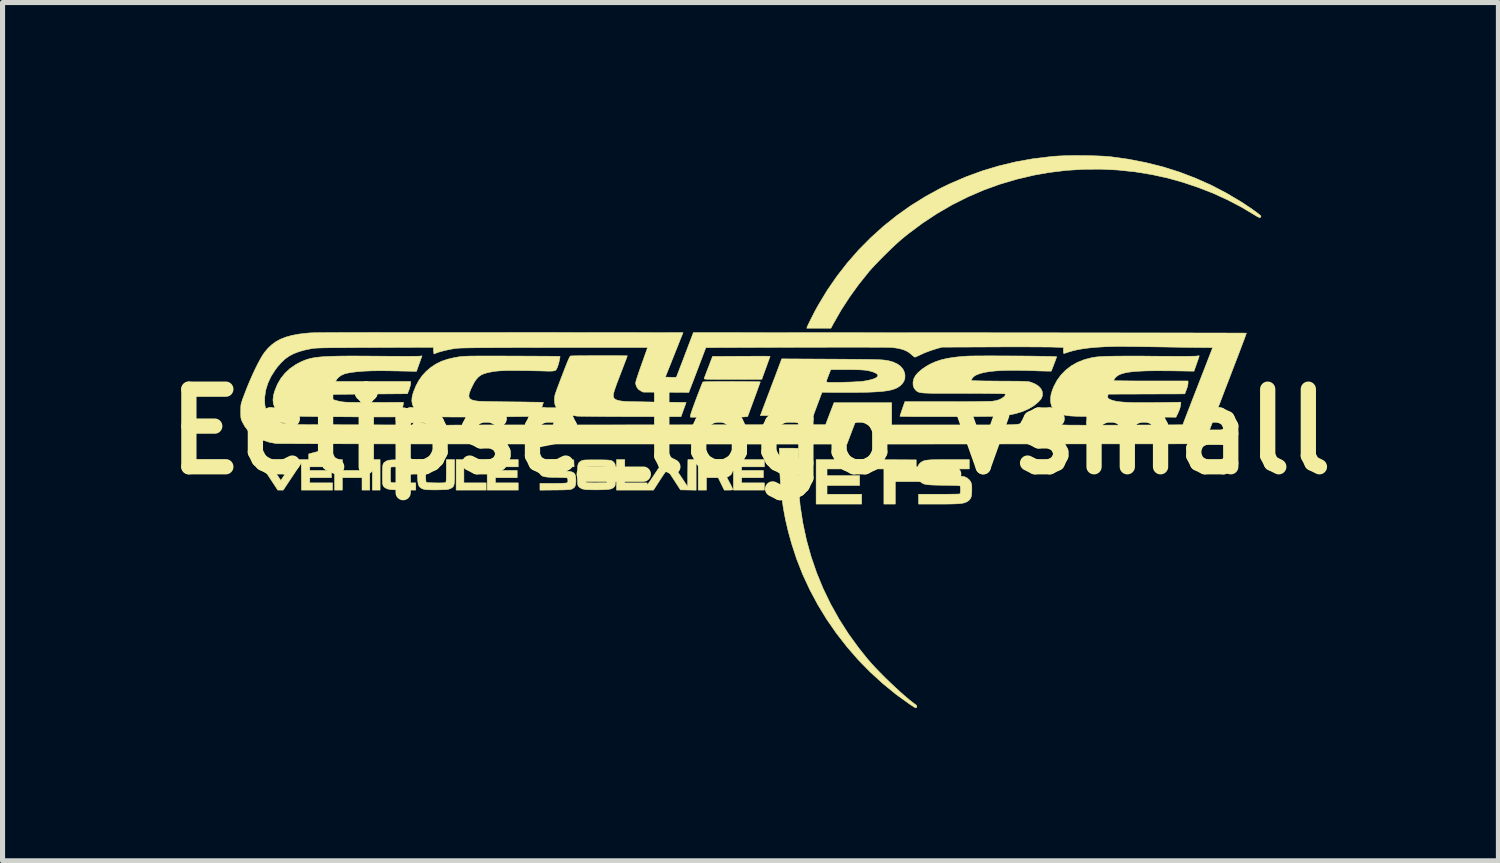
<source format=kicad_pcb>
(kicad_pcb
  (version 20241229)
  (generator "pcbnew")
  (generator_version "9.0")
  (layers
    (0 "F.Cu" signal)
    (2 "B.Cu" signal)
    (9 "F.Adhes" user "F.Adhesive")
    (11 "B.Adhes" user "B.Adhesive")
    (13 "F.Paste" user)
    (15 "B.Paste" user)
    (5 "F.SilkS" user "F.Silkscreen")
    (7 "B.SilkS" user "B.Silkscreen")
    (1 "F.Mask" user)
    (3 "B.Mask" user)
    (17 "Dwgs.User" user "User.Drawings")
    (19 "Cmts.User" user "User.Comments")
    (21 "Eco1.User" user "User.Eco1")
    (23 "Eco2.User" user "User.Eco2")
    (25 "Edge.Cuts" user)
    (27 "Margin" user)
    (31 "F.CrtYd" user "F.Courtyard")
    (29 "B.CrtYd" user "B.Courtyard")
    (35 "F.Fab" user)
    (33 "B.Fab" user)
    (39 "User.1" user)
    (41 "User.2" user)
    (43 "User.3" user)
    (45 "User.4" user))
  (footprint "Eclipse_logo_vsmall"
    (layer "F.Cu")
    (at 11.691 5.429)
    (property "Reference" "Eclipse_logo_vsmall" (at 0 0 0) (layer "F.SilkS") (effects (font (size 1.524 1.524) (thickness 0.3))))
    (attr through_hole)
    (fp_poly (pts (xy -7.275 1.148) (xy -7.427 1.148) (xy -7.427 0.549) (xy -7.275 0.549) (xy -7.275 1.148)) (stroke (width 0.01) (type solid)) (fill yes) (layer "F.SilkS"))
    (fp_poly (pts (xy -5.629 1.006) (xy -5.192 1.006) (xy -5.192 1.148) (xy -5.781 1.148) (xy -5.781 0.549) (xy -5.629 0.549) (xy -5.629 1.006)) (stroke (width 0.01) (type solid)) (fill yes) (layer "F.SilkS"))
    (fp_poly (pts (xy 2.731 0.551) (xy 3.256 0.554) (xy 3.256 0.726) (xy 2.845 0.732) (xy 2.845 1.422) (xy 2.621 1.422) (xy 2.621 0.732) (xy 2.205 0.732) (xy 2.205 0.548) (xy 2.731 0.551)) (stroke (width 0.01) (type solid)) (fill yes) (layer "F.SilkS"))
    (fp_poly (pts (xy -8.016 0.762) (xy -7.63 0.762) (xy -7.63 0.549) (xy -7.478 0.549) (xy -7.478 1.148) (xy -7.63 1.148) (xy -7.63 0.904) (xy -8.016 0.904) (xy -8.016 1.148) (xy -8.169 1.148) (xy -8.169 0.549) (xy -8.016 0.549) (xy -8.016 0.762)) (stroke (width 0.01) (type solid)) (fill yes) (layer "F.SilkS"))
    (fp_poly (pts (xy -4.562 0.691) (xy -5.009 0.691) (xy -5.009 0.762) (xy -4.582 0.762) (xy -4.582 0.904) (xy -5.009 0.904) (xy -5.009 1.006) (xy -4.562 1.006) (xy -4.562 1.148) (xy -5.171 1.148) (xy -5.171 0.549) (xy -4.562 0.549) (xy -4.562 0.691)) (stroke (width 0.01) (type solid)) (fill yes) (layer "F.SilkS"))
    (fp_poly (pts (xy 0.274 0.691) (xy -0.173 0.691) (xy -0.173 0.762) (xy 0.254 0.762) (xy 0.254 0.904) (xy -0.173 0.904) (xy -0.173 1.006) (xy 0.274 1.006) (xy 0.274 1.148) (xy -0.335 1.148) (xy -0.335 0.549) (xy 0.274 0.549) (xy 0.274 0.691)) (stroke (width 0.01) (type solid)) (fill yes) (layer "F.SilkS"))
    (fp_poly (pts (xy 2.184 0.732) (xy 1.504 0.732) (xy 1.504 0.864) (xy 2.144 0.864) (xy 2.144 1.057) (xy 1.504 1.057) (xy 1.504 1.229) (xy 2.184 1.229) (xy 2.184 1.422) (xy 1.29 1.422) (xy 1.29 0.549) (xy 2.184 0.549) (xy 2.184 0.732)) (stroke (width 0.01) (type solid)) (fill yes) (layer "F.SilkS"))
    (fp_poly (pts (xy -2.469 1.006) (xy -2.033 1.006) (xy -2.03 1.031) (xy -2.027 1.035) (xy -2.02 1.031) (xy -2.007 1.017) (xy -1.987 0.991) (xy -1.96 0.953) (xy -1.925 0.9) (xy -1.88 0.833) (xy -1.86 0.802) (xy -1.692 0.549) (xy -1.588 0.549) (xy -1.234 1.08) (xy -1.232 0.814) (xy -1.229 0.549) (xy -1.067 0.549) (xy -1.067 1.149) (xy -1.221 1.146) (xy -1.375 1.143) (xy -1.498 0.953) (xy -1.535 0.897) (xy -1.568 0.846) (xy -1.595 0.804) (xy -1.617 0.773) (xy -1.629 0.755) (xy -1.632 0.752) (xy -1.641 0.756) (xy -1.658 0.776) (xy -1.686 0.813) (xy -1.723 0.867) (xy -1.77 0.938) (xy -1.774 0.945) (xy -1.905 1.148) (xy -2.268 1.148) (xy -2.631 1.148) (xy -2.631 0.549) (xy -2.469 0.549) (xy -2.469 1.006)) (stroke (width 0.01) (type solid)) (fill yes) (layer "F.SilkS"))
    (fp_poly (pts (xy -0.265 -0.985) (xy -0.166 -0.985) (xy -0.076 -0.984) (xy 0.004 -0.984) (xy 0.073 -0.983) (xy 0.127 -0.982) (xy 0.167 -0.981) (xy 0.189 -0.979) (xy 0.193 -0.979) (xy 0.19 -0.968) (xy 0.18 -0.94) (xy 0.165 -0.898) (xy 0.145 -0.843) (xy 0.122 -0.778) (xy 0.095 -0.705) (xy 0.069 -0.634) (xy -0.055 -0.297) (xy -0.106 -0.291) (xy -0.126 -0.29) (xy -0.165 -0.288) (xy -0.219 -0.287) (xy -0.287 -0.287) (xy -0.367 -0.286) (xy -0.456 -0.285) (xy -0.552 -0.285) (xy -0.653 -0.285) (xy -0.668 -0.285) (xy -1.179 -0.284) (xy -1.179 -0.319) (xy -1.175 -0.335) (xy -1.165 -0.368) (xy -1.149 -0.415) (xy -1.129 -0.473) (xy -1.104 -0.54) (xy -1.077 -0.614) (xy -1.048 -0.691) (xy -1.018 -0.77) (xy -0.987 -0.849) (xy -0.958 -0.923) (xy -0.938 -0.973) (xy -0.932 -0.976) (xy -0.918 -0.978) (xy -0.894 -0.98) (xy -0.858 -0.982) (xy -0.809 -0.983) (xy -0.746 -0.984) (xy -0.667 -0.985) (xy -0.572 -0.985) (xy -0.458 -0.985) (xy -0.37 -0.986) (xy -0.265 -0.985)) (stroke (width 0.01) (type solid)) (fill yes) (layer "F.SilkS"))
    (fp_poly (pts (xy -0.739 0.551) (xy -0.654 0.552) (xy -0.586 0.553) (xy -0.534 0.554) (xy -0.494 0.556) (xy -0.465 0.559) (xy -0.445 0.562) (xy -0.43 0.567) (xy -0.419 0.572) (xy -0.387 0.594) (xy -0.366 0.622) (xy -0.355 0.659) (xy -0.351 0.711) (xy -0.351 0.723) (xy -0.354 0.778) (xy -0.365 0.818) (xy -0.386 0.848) (xy -0.42 0.873) (xy -0.429 0.878) (xy -0.465 0.898) (xy -0.405 1.011) (xy -0.382 1.055) (xy -0.364 1.093) (xy -0.351 1.121) (xy -0.345 1.136) (xy -0.345 1.136) (xy -0.355 1.143) (xy -0.383 1.147) (xy -0.43 1.148) (xy -0.514 1.148) (xy -0.574 1.026) (xy -0.634 0.904) (xy -0.864 0.904) (xy -0.864 1.148) (xy -1.026 1.148) (xy -1.026 0.691) (xy -0.864 0.691) (xy -0.864 0.772) (xy -0.709 0.772) (xy -0.653 0.772) (xy -0.603 0.77) (xy -0.563 0.769) (xy -0.537 0.767) (xy -0.531 0.766) (xy -0.514 0.757) (xy -0.508 0.737) (xy -0.508 0.725) (xy -0.508 0.691) (xy -0.864 0.691) (xy -1.026 0.691) (xy -1.026 0.547) (xy -0.739 0.551)) (stroke (width 0.01) (type solid)) (fill yes) (layer "F.SilkS"))
    (fp_poly (pts (xy 0.264 -1.482) (xy 0.32 -1.482) (xy 0.359 -1.481) (xy 0.382 -1.481) (xy 0.386 -1.48) (xy 0.383 -1.47) (xy 0.373 -1.444) (xy 0.359 -1.404) (xy 0.34 -1.353) (xy 0.319 -1.293) (xy 0.305 -1.255) (xy 0.282 -1.192) (xy 0.261 -1.135) (xy 0.244 -1.088) (xy 0.232 -1.053) (xy 0.225 -1.033) (xy 0.224 -1.029) (xy 0.214 -1.029) (xy 0.185 -1.028) (xy 0.14 -1.028) (xy 0.08 -1.027) (xy 0.007 -1.027) (xy -0.077 -1.027) (xy -0.17 -1.026) (xy -0.272 -1.026) (xy -0.346 -1.026) (xy -0.468 -1.026) (xy -0.571 -1.026) (xy -0.657 -1.027) (xy -0.728 -1.027) (xy -0.784 -1.028) (xy -0.828 -1.029) (xy -0.86 -1.03) (xy -0.883 -1.032) (xy -0.898 -1.034) (xy -0.906 -1.036) (xy -0.91 -1.039) (xy -0.91 -1.043) (xy -0.91 -1.044) (xy -0.905 -1.058) (xy -0.893 -1.089) (xy -0.877 -1.132) (xy -0.857 -1.185) (xy -0.834 -1.245) (xy -0.824 -1.27) (xy -0.745 -1.478) (xy -0.179 -1.481) (xy -0.074 -1.481) (xy 0.024 -1.482) (xy 0.115 -1.482) (xy 0.196 -1.482) (xy 0.264 -1.482)) (stroke (width 0.01) (type solid)) (fill yes) (layer "F.SilkS"))
    (fp_poly (pts (xy -6.574 0.692) (xy -6.811 0.69) (xy -6.879 0.69) (xy -6.94 0.69) (xy -6.992 0.691) (xy -7.031 0.692) (xy -7.055 0.694) (xy -7.06 0.695) (xy -7.065 0.709) (xy -7.069 0.742) (xy -7.071 0.794) (xy -7.071 0.848) (xy -7.071 0.906) (xy -7.07 0.947) (xy -7.068 0.974) (xy -7.064 0.99) (xy -7.058 0.998) (xy -7.055 1) (xy -7.041 1.001) (xy -7.009 1.003) (xy -6.963 1.004) (xy -6.907 1.005) (xy -6.842 1.006) (xy -6.806 1.006) (xy -6.574 1.006) (xy -6.574 1.148) (xy -6.8 1.146) (xy -6.869 1.145) (xy -6.934 1.144) (xy -6.992 1.142) (xy -7.039 1.14) (xy -7.07 1.138) (xy -7.077 1.137) (xy -7.14 1.122) (xy -7.187 1.095) (xy -7.21 1.07) (xy -7.216 1.058) (xy -7.221 1.043) (xy -7.225 1.023) (xy -7.227 0.993) (xy -7.228 0.952) (xy -7.229 0.895) (xy -7.229 0.848) (xy -7.229 0.774) (xy -7.227 0.717) (xy -7.224 0.674) (xy -7.217 0.643) (xy -7.207 0.62) (xy -7.192 0.604) (xy -7.172 0.589) (xy -7.15 0.577) (xy -7.136 0.57) (xy -7.121 0.565) (xy -7.103 0.561) (xy -7.079 0.558) (xy -7.046 0.555) (xy -7.001 0.554) (xy -6.943 0.552) (xy -6.868 0.551) (xy -6.84 0.551) (xy -6.574 0.546) (xy -6.574 0.692)) (stroke (width 0.01) (type solid)) (fill yes) (layer "F.SilkS"))
    (fp_poly (pts (xy -6.38 0.765) (xy -6.38 0.845) (xy -6.379 0.907) (xy -6.377 0.951) (xy -6.373 0.979) (xy -6.369 0.993) (xy -6.368 0.994) (xy -6.355 0.997) (xy -6.325 1.001) (xy -6.283 1.003) (xy -6.233 1.005) (xy -6.179 1.006) (xy -6.125 1.007) (xy -6.074 1.006) (xy -6.032 1.005) (xy -6.002 1.002) (xy -5.99 1) (xy -5.985 0.995) (xy -5.981 0.986) (xy -5.978 0.968) (xy -5.976 0.94) (xy -5.975 0.898) (xy -5.974 0.842) (xy -5.974 0.771) (xy -5.974 0.549) (xy -5.812 0.549) (xy -5.812 0.79) (xy -5.812 0.875) (xy -5.813 0.942) (xy -5.816 0.993) (xy -5.821 1.032) (xy -5.829 1.06) (xy -5.84 1.081) (xy -5.856 1.096) (xy -5.877 1.109) (xy -5.9 1.12) (xy -5.919 1.127) (xy -5.94 1.133) (xy -5.965 1.137) (xy -5.998 1.139) (xy -6.043 1.141) (xy -6.102 1.142) (xy -6.142 1.143) (xy -6.204 1.143) (xy -6.262 1.143) (xy -6.31 1.142) (xy -6.346 1.141) (xy -6.365 1.14) (xy -6.426 1.129) (xy -6.47 1.109) (xy -6.496 1.088) (xy -6.51 1.07) (xy -6.521 1.046) (xy -6.529 1.013) (xy -6.535 0.97) (xy -6.539 0.914) (xy -6.541 0.842) (xy -6.543 0.753) (xy -6.543 0.729) (xy -6.543 0.549) (xy -6.38 0.549) (xy -6.38 0.765)) (stroke (width 0.01) (type solid)) (fill yes) (layer "F.SilkS"))
    (fp_poly (pts (xy -8.355 0.365) (xy -8.353 0.389) (xy -8.352 0.424) (xy -8.352 0.425) (xy -8.352 0.495) (xy -8.404 0.509) (xy -8.434 0.519) (xy -8.455 0.53) (xy -8.461 0.536) (xy -8.458 0.541) (xy -8.443 0.545) (xy -8.413 0.548) (xy -8.367 0.549) (xy -8.337 0.549) (xy -8.209 0.549) (xy -8.209 0.691) (xy -8.656 0.691) (xy -8.656 0.762) (xy -8.23 0.762) (xy -8.23 0.904) (xy -8.656 0.904) (xy -8.656 1.006) (xy -8.209 1.006) (xy -8.209 1.148) (xy -8.819 1.148) (xy -8.821 0.882) (xy -8.824 0.617) (xy -9.001 0.882) (xy -9.178 1.148) (xy -9.284 1.148) (xy -9.476 0.857) (xy -9.521 0.788) (xy -9.562 0.725) (xy -9.599 0.668) (xy -9.63 0.622) (xy -9.653 0.586) (xy -9.667 0.564) (xy -9.671 0.557) (xy -9.663 0.553) (xy -9.639 0.55) (xy -9.604 0.549) (xy -9.584 0.549) (xy -9.494 0.549) (xy -9.362 0.752) (xy -9.325 0.809) (xy -9.291 0.859) (xy -9.263 0.902) (xy -9.242 0.933) (xy -9.229 0.951) (xy -9.225 0.955) (xy -9.218 0.947) (xy -9.202 0.924) (xy -9.179 0.889) (xy -9.148 0.843) (xy -9.114 0.79) (xy -9.089 0.752) (xy -8.958 0.549) (xy -8.677 0.549) (xy -8.677 0.438) (xy -8.639 0.427) (xy -8.577 0.411) (xy -8.517 0.395) (xy -8.463 0.381) (xy -8.416 0.369) (xy -8.382 0.361) (xy -8.362 0.356) (xy -8.359 0.356) (xy -8.355 0.365)) (stroke (width 0.01) (type solid)) (fill yes) (layer "F.SilkS"))
    (fp_poly (pts (xy 0.829 0.325) (xy 0.879 0.326) (xy 0.914 0.327) (xy 0.936 0.329) (xy 0.947 0.332) (xy 0.951 0.336) (xy 0.951 0.342) (xy 0.95 0.343) (xy 0.947 0.361) (xy 0.944 0.398) (xy 0.942 0.448) (xy 0.94 0.511) (xy 0.938 0.583) (xy 0.937 0.66) (xy 0.937 0.742) (xy 0.937 0.823) (xy 0.938 0.902) (xy 0.939 0.976) (xy 0.941 1.043) (xy 0.943 1.098) (xy 0.944 1.107) (xy 0.976 1.452) (xy 1.028 1.79) (xy 1.099 2.123) (xy 1.189 2.448) (xy 1.298 2.767) (xy 1.426 3.079) (xy 1.573 3.383) (xy 1.739 3.68) (xy 1.923 3.969) (xy 2.126 4.249) (xy 2.295 4.46) (xy 2.367 4.543) (xy 2.45 4.634) (xy 2.542 4.729) (xy 2.638 4.826) (xy 2.739 4.924) (xy 2.84 5.019) (xy 2.939 5.11) (xy 3.034 5.194) (xy 3.123 5.269) (xy 3.203 5.332) (xy 3.255 5.37) (xy 3.266 5.386) (xy 3.267 5.407) (xy 3.258 5.422) (xy 3.247 5.425) (xy 3.235 5.42) (xy 3.209 5.405) (xy 3.174 5.383) (xy 3.133 5.356) (xy 3.132 5.356) (xy 2.859 5.159) (xy 2.598 4.946) (xy 2.35 4.719) (xy 2.115 4.479) (xy 1.895 4.226) (xy 1.689 3.961) (xy 1.498 3.686) (xy 1.324 3.401) (xy 1.167 3.107) (xy 1.027 2.806) (xy 0.906 2.498) (xy 0.81 2.204) (xy 0.744 1.966) (xy 0.689 1.733) (xy 0.646 1.503) (xy 0.613 1.27) (xy 0.59 1.029) (xy 0.576 0.777) (xy 0.572 0.627) (xy 0.566 0.325) (xy 0.762 0.325) (xy 0.829 0.325)) (stroke (width 0.01) (type solid)) (fill yes) (layer "F.SilkS"))
    (fp_poly (pts (xy -3.464 0.691) (xy -3.712 0.691) (xy -3.782 0.691) (xy -3.845 0.692) (xy -3.9 0.693) (xy -3.942 0.694) (xy -3.969 0.696) (xy -3.977 0.697) (xy -3.989 0.711) (xy -3.993 0.731) (xy -3.991 0.749) (xy -3.982 0.758) (xy -3.959 0.764) (xy -3.946 0.766) (xy -3.92 0.768) (xy -3.878 0.77) (xy -3.825 0.771) (xy -3.765 0.772) (xy -3.725 0.772) (xy -3.639 0.774) (xy -3.571 0.778) (xy -3.52 0.787) (xy -3.482 0.802) (xy -3.456 0.825) (xy -3.44 0.855) (xy -3.432 0.896) (xy -3.429 0.948) (xy -3.429 0.96) (xy -3.431 1.016) (xy -3.439 1.057) (xy -3.453 1.087) (xy -3.477 1.109) (xy -3.503 1.124) (xy -3.516 1.13) (xy -3.532 1.134) (xy -3.552 1.138) (xy -3.581 1.14) (xy -3.62 1.142) (xy -3.671 1.144) (xy -3.737 1.145) (xy -3.821 1.146) (xy -3.838 1.146) (xy -4.135 1.149) (xy -4.135 1.016) (xy -3.899 1.016) (xy -3.829 1.016) (xy -3.764 1.015) (xy -3.708 1.014) (xy -3.663 1.012) (xy -3.633 1.01) (xy -3.625 1.009) (xy -3.601 1.004) (xy -3.59 0.995) (xy -3.587 0.975) (xy -3.586 0.959) (xy -3.589 0.931) (xy -3.595 0.912) (xy -3.598 0.909) (xy -3.611 0.906) (xy -3.641 0.904) (xy -3.685 0.902) (xy -3.74 0.901) (xy -3.801 0.899) (xy -3.809 0.899) (xy -3.893 0.898) (xy -3.959 0.895) (xy -4.01 0.89) (xy -4.049 0.884) (xy -4.078 0.875) (xy -4.101 0.863) (xy -4.113 0.853) (xy -4.137 0.824) (xy -4.15 0.788) (xy -4.155 0.739) (xy -4.155 0.725) (xy -4.15 0.667) (xy -4.133 0.624) (xy -4.102 0.592) (xy -4.076 0.577) (xy -4.061 0.57) (xy -4.046 0.565) (xy -4.029 0.561) (xy -4.007 0.558) (xy -3.977 0.556) (xy -3.937 0.555) (xy -3.884 0.554) (xy -3.815 0.554) (xy -3.749 0.554) (xy -3.47 0.554) (xy -3.464 0.691)) (stroke (width 0.01) (type solid)) (fill yes) (layer "F.SilkS"))
    (fp_poly (pts (xy -2.781 -1.493) (xy -2.697 -1.493) (xy -2.62 -1.493) (xy -2.552 -1.492) (xy -2.496 -1.491) (xy -2.453 -1.491) (xy -2.426 -1.49) (xy -2.418 -1.489) (xy -2.422 -1.479) (xy -2.432 -1.451) (xy -2.447 -1.41) (xy -2.468 -1.355) (xy -2.493 -1.29) (xy -2.521 -1.217) (xy -2.552 -1.137) (xy -2.555 -1.129) (xy -2.594 -1.027) (xy -2.626 -0.943) (xy -2.651 -0.873) (xy -2.67 -0.817) (xy -2.683 -0.773) (xy -2.691 -0.737) (xy -2.694 -0.71) (xy -2.692 -0.688) (xy -2.687 -0.671) (xy -2.678 -0.655) (xy -2.677 -0.653) (xy -2.651 -0.632) (xy -2.606 -0.615) (xy -2.543 -0.602) (xy -2.462 -0.594) (xy -2.438 -0.593) (xy -2.405 -0.592) (xy -2.354 -0.59) (xy -2.287 -0.589) (xy -2.208 -0.587) (xy -2.118 -0.586) (xy -2.021 -0.584) (xy -1.917 -0.582) (xy -1.811 -0.581) (xy -1.792 -0.581) (xy -1.263 -0.574) (xy -1.364 -0.295) (xy -2.351 -0.296) (xy -2.493 -0.296) (xy -2.63 -0.297) (xy -2.761 -0.297) (xy -2.884 -0.298) (xy -2.999 -0.299) (xy -3.103 -0.3) (xy -3.195 -0.301) (xy -3.273 -0.302) (xy -3.335 -0.303) (xy -3.381 -0.304) (xy -3.409 -0.305) (xy -3.414 -0.306) (xy -3.527 -0.323) (xy -3.624 -0.348) (xy -3.705 -0.382) (xy -3.768 -0.424) (xy -3.813 -0.473) (xy -3.839 -0.527) (xy -3.848 -0.577) (xy -3.85 -0.637) (xy -3.844 -0.697) (xy -3.84 -0.72) (xy -3.834 -0.74) (xy -3.822 -0.776) (xy -3.804 -0.826) (xy -3.781 -0.888) (xy -3.754 -0.959) (xy -3.725 -1.037) (xy -3.693 -1.119) (xy -3.692 -1.123) (xy -3.655 -1.218) (xy -3.625 -1.295) (xy -3.601 -1.356) (xy -3.581 -1.403) (xy -3.565 -1.438) (xy -3.553 -1.462) (xy -3.544 -1.478) (xy -3.536 -1.486) (xy -3.532 -1.487) (xy -3.518 -1.488) (xy -3.487 -1.489) (xy -3.44 -1.49) (xy -3.38 -1.491) (xy -3.309 -1.492) (xy -3.23 -1.492) (xy -3.144 -1.493) (xy -3.054 -1.493) (xy -2.962 -1.493) (xy -2.87 -1.493) (xy -2.781 -1.493)) (stroke (width 0.01) (type solid)) (fill yes) (layer "F.SilkS"))
    (fp_poly (pts (xy -2.936 0.554) (xy -2.868 0.555) (xy -2.814 0.557) (xy -2.774 0.56) (xy -2.743 0.565) (xy -2.72 0.573) (xy -2.703 0.584) (xy -2.688 0.598) (xy -2.673 0.616) (xy -2.673 0.616) (xy -2.666 0.626) (xy -2.66 0.638) (xy -2.657 0.655) (xy -2.654 0.679) (xy -2.653 0.714) (xy -2.652 0.763) (xy -2.652 0.828) (xy -2.652 0.848) (xy -2.652 0.919) (xy -2.652 0.971) (xy -2.654 1.01) (xy -2.656 1.037) (xy -2.659 1.055) (xy -2.664 1.068) (xy -2.671 1.078) (xy -2.672 1.079) (xy -2.69 1.098) (xy -2.711 1.113) (xy -2.738 1.124) (xy -2.775 1.132) (xy -2.823 1.137) (xy -2.886 1.14) (xy -2.966 1.142) (xy -2.982 1.142) (xy -3.048 1.143) (xy -3.112 1.142) (xy -3.168 1.141) (xy -3.212 1.14) (xy -3.24 1.138) (xy -3.241 1.138) (xy -3.305 1.124) (xy -3.353 1.099) (xy -3.381 1.07) (xy -3.387 1.057) (xy -3.392 1.041) (xy -3.395 1.018) (xy -3.397 0.984) (xy -3.398 0.938) (xy -3.399 0.874) (xy -3.399 0.854) (xy -3.398 0.823) (xy -3.242 0.823) (xy -3.242 0.872) (xy -3.24 0.918) (xy -3.237 0.957) (xy -3.233 0.984) (xy -3.229 0.994) (xy -3.218 0.998) (xy -3.194 1.002) (xy -3.157 1.003) (xy -3.103 1.004) (xy -3.031 1.004) (xy -3.018 1.004) (xy -2.819 1.001) (xy -2.817 0.847) (xy -2.814 0.694) (xy -2.893 0.689) (xy -2.943 0.686) (xy -2.998 0.685) (xy -3.056 0.685) (xy -3.111 0.685) (xy -3.16 0.687) (xy -3.198 0.689) (xy -3.223 0.692) (xy -3.228 0.694) (xy -3.234 0.707) (xy -3.238 0.736) (xy -3.24 0.776) (xy -3.242 0.823) (xy -3.398 0.823) (xy -3.398 0.778) (xy -3.396 0.719) (xy -3.393 0.675) (xy -3.386 0.642) (xy -3.376 0.619) (xy -3.362 0.601) (xy -3.343 0.587) (xy -3.329 0.578) (xy -3.316 0.571) (xy -3.303 0.565) (xy -3.287 0.561) (xy -3.267 0.558) (xy -3.238 0.556) (xy -3.199 0.555) (xy -3.148 0.554) (xy -3.08 0.554) (xy -3.023 0.554) (xy -2.936 0.554)) (stroke (width 0.01) (type solid)) (fill yes) (layer "F.SilkS"))
    (fp_poly (pts (xy 6.514 -5.423) (xy 6.634 -5.422) (xy 6.75 -5.419) (xy 6.859 -5.415) (xy 6.956 -5.41) (xy 7.039 -5.404) (xy 7.071 -5.401) (xy 7.424 -5.352) (xy 7.767 -5.285) (xy 8.1 -5.202) (xy 8.424 -5.1) (xy 8.739 -4.98) (xy 9.047 -4.843) (xy 9.348 -4.686) (xy 9.622 -4.524) (xy 9.686 -4.483) (xy 9.75 -4.44) (xy 9.813 -4.398) (xy 9.872 -4.357) (xy 9.925 -4.319) (xy 9.969 -4.286) (xy 10.002 -4.259) (xy 10.023 -4.24) (xy 10.028 -4.232) (xy 10.021 -4.215) (xy 10.014 -4.207) (xy 10.004 -4.205) (xy 9.988 -4.209) (xy 9.962 -4.222) (xy 9.924 -4.244) (xy 9.888 -4.266) (xy 9.634 -4.417) (xy 9.364 -4.557) (xy 9.083 -4.685) (xy 8.792 -4.798) (xy 8.495 -4.898) (xy 8.195 -4.982) (xy 7.894 -5.048) (xy 7.56 -5.103) (xy 7.221 -5.139) (xy 6.881 -5.156) (xy 6.541 -5.153) (xy 6.202 -5.132) (xy 5.868 -5.091) (xy 5.568 -5.038) (xy 5.229 -4.958) (xy 4.898 -4.86) (xy 4.577 -4.744) (xy 4.265 -4.609) (xy 3.961 -4.456) (xy 3.666 -4.285) (xy 3.378 -4.095) (xy 3.098 -3.886) (xy 2.972 -3.784) (xy 2.914 -3.733) (xy 2.845 -3.671) (xy 2.769 -3.599) (xy 2.689 -3.521) (xy 2.608 -3.441) (xy 2.529 -3.361) (xy 2.455 -3.284) (xy 2.39 -3.214) (xy 2.335 -3.153) (xy 2.324 -3.139) (xy 2.128 -2.895) (xy 1.947 -2.644) (xy 1.783 -2.392) (xy 1.638 -2.138) (xy 1.636 -2.136) (xy 1.581 -2.032) (xy 1.106 -2.032) (xy 1.113 -2.055) (xy 1.122 -2.077) (xy 1.139 -2.113) (xy 1.162 -2.16) (xy 1.19 -2.216) (xy 1.221 -2.277) (xy 1.253 -2.34) (xy 1.285 -2.4) (xy 1.316 -2.457) (xy 1.334 -2.489) (xy 1.509 -2.778) (xy 1.7 -3.055) (xy 1.907 -3.32) (xy 2.128 -3.572) (xy 2.365 -3.811) (xy 2.614 -4.036) (xy 2.877 -4.246) (xy 3.152 -4.441) (xy 3.438 -4.619) (xy 3.734 -4.781) (xy 3.912 -4.867) (xy 4.23 -5.004) (xy 4.552 -5.122) (xy 4.879 -5.22) (xy 5.212 -5.3) (xy 5.552 -5.361) (xy 5.9 -5.403) (xy 5.99 -5.411) (xy 6.073 -5.416) (xy 6.17 -5.42) (xy 6.278 -5.423) (xy 6.394 -5.424) (xy 6.514 -5.423)) (stroke (width 0.01) (type solid)) (fill yes) (layer "F.SilkS"))
    (fp_poly (pts (xy 1.381 -1.426) (xy 1.565 -1.425) (xy 1.73 -1.424) (xy 1.876 -1.423) (xy 2.006 -1.422) (xy 2.121 -1.421) (xy 2.221 -1.42) (xy 2.308 -1.419) (xy 2.382 -1.418) (xy 2.446 -1.416) (xy 2.501 -1.414) (xy 2.547 -1.412) (xy 2.585 -1.41) (xy 2.618 -1.407) (xy 2.646 -1.404) (xy 2.67 -1.401) (xy 2.691 -1.397) (xy 2.709 -1.394) (xy 2.807 -1.366) (xy 2.888 -1.328) (xy 2.952 -1.281) (xy 2.998 -1.224) (xy 3.027 -1.159) (xy 3.035 -1.117) (xy 3.034 -1.049) (xy 3.013 -0.987) (xy 2.974 -0.932) (xy 2.972 -0.931) (xy 2.941 -0.902) (xy 2.905 -0.876) (xy 2.865 -0.854) (xy 2.817 -0.835) (xy 2.762 -0.819) (xy 2.697 -0.805) (xy 2.621 -0.795) (xy 2.533 -0.786) (xy 2.432 -0.78) (xy 2.315 -0.775) (xy 2.182 -0.772) (xy 2.032 -0.771) (xy 1.884 -0.771) (xy 1.405 -0.772) (xy 1.32 -0.544) (xy 1.234 -0.315) (xy 0.714 -0.315) (xy 0.194 -0.315) (xy 0.223 -0.394) (xy 0.233 -0.42) (xy 0.249 -0.463) (xy 0.271 -0.52) (xy 0.297 -0.589) (xy 0.326 -0.667) (xy 0.358 -0.751) (xy 0.392 -0.84) (xy 0.406 -0.879) (xy 0.44 -0.968) (xy 0.445 -0.981) (xy 1.494 -0.981) (xy 1.499 -0.975) (xy 1.502 -0.973) (xy 1.518 -0.97) (xy 1.552 -0.968) (xy 1.601 -0.968) (xy 1.66 -0.968) (xy 1.729 -0.968) (xy 1.802 -0.97) (xy 1.879 -0.972) (xy 1.954 -0.974) (xy 2.027 -0.977) (xy 2.093 -0.981) (xy 2.15 -0.984) (xy 2.195 -0.988) (xy 2.211 -0.99) (xy 2.299 -1.005) (xy 2.372 -1.022) (xy 2.431 -1.041) (xy 2.473 -1.062) (xy 2.497 -1.084) (xy 2.503 -1.107) (xy 2.5 -1.117) (xy 2.479 -1.139) (xy 2.44 -1.16) (xy 2.389 -1.179) (xy 2.327 -1.195) (xy 2.281 -1.204) (xy 2.237 -1.209) (xy 2.182 -1.213) (xy 2.114 -1.216) (xy 2.032 -1.218) (xy 1.933 -1.219) (xy 1.879 -1.219) (xy 1.578 -1.219) (xy 1.531 -1.1) (xy 1.512 -1.05) (xy 1.5 -1.016) (xy 1.494 -0.994) (xy 1.494 -0.981) (xy 0.445 -0.981) (xy 0.473 -1.054) (xy 0.503 -1.134) (xy 0.53 -1.206) (xy 0.553 -1.267) (xy 0.571 -1.316) (xy 0.584 -1.348) (xy 0.587 -1.358) (xy 0.614 -1.43) (xy 1.381 -1.426)) (stroke (width 0.01) (type solid)) (fill yes) (layer "F.SilkS"))
    (fp_poly (pts (xy 4.298 0.732) (xy 3.929 0.733) (xy 3.844 0.733) (xy 3.763 0.734) (xy 3.691 0.735) (xy 3.629 0.736) (xy 3.579 0.738) (xy 3.546 0.739) (xy 3.531 0.74) (xy 3.511 0.747) (xy 3.502 0.759) (xy 3.498 0.783) (xy 3.497 0.791) (xy 3.497 0.821) (xy 3.502 0.843) (xy 3.505 0.847) (xy 3.519 0.851) (xy 3.553 0.855) (xy 3.607 0.858) (xy 3.681 0.861) (xy 3.775 0.863) (xy 3.838 0.865) (xy 3.938 0.867) (xy 4.023 0.869) (xy 4.093 0.873) (xy 4.147 0.876) (xy 4.183 0.88) (xy 4.197 0.882) (xy 4.258 0.911) (xy 4.305 0.953) (xy 4.326 0.985) (xy 4.336 1.009) (xy 4.343 1.033) (xy 4.347 1.063) (xy 4.348 1.105) (xy 4.348 1.143) (xy 4.346 1.213) (xy 4.339 1.266) (xy 4.325 1.307) (xy 4.303 1.338) (xy 4.273 1.364) (xy 4.27 1.366) (xy 4.248 1.379) (xy 4.225 1.39) (xy 4.197 1.399) (xy 4.164 1.406) (xy 4.124 1.412) (xy 4.074 1.416) (xy 4.012 1.419) (xy 3.936 1.421) (xy 3.845 1.422) (xy 3.736 1.422) (xy 3.696 1.422) (xy 3.302 1.422) (xy 3.302 1.229) (xy 3.697 1.229) (xy 3.786 1.229) (xy 3.868 1.229) (xy 3.942 1.228) (xy 4.005 1.227) (xy 4.055 1.226) (xy 4.09 1.225) (xy 4.108 1.223) (xy 4.109 1.223) (xy 4.118 1.215) (xy 4.123 1.197) (xy 4.125 1.165) (xy 4.125 1.142) (xy 4.124 1.103) (xy 4.122 1.08) (xy 4.117 1.068) (xy 4.107 1.063) (xy 4.102 1.062) (xy 4.086 1.06) (xy 4.053 1.059) (xy 4.005 1.057) (xy 3.945 1.056) (xy 3.876 1.054) (xy 3.8 1.053) (xy 3.78 1.053) (xy 3.681 1.051) (xy 3.601 1.049) (xy 3.536 1.046) (xy 3.484 1.042) (xy 3.443 1.036) (xy 3.411 1.028) (xy 3.385 1.017) (xy 3.362 1.003) (xy 3.341 0.986) (xy 3.333 0.98) (xy 3.302 0.943) (xy 3.282 0.899) (xy 3.273 0.844) (xy 3.274 0.775) (xy 3.281 0.713) (xy 3.295 0.666) (xy 3.319 0.63) (xy 3.346 0.605) (xy 3.365 0.592) (xy 3.385 0.581) (xy 3.408 0.572) (xy 3.436 0.565) (xy 3.471 0.559) (xy 3.516 0.555) (xy 3.571 0.552) (xy 3.639 0.55) (xy 3.723 0.549) (xy 3.824 0.549) (xy 3.898 0.549) (xy 4.298 0.549) (xy 4.298 0.732)) (stroke (width 0.01) (type solid)) (fill yes) (layer "F.SilkS"))
    (fp_poly (pts (xy -5.105 -1.486) (xy -4.984 -1.486) (xy -4.845 -1.486) (xy -4.688 -1.485) (xy -4.669 -1.485) (xy -4.533 -1.485) (xy -4.404 -1.484) (xy -4.282 -1.484) (xy -4.169 -1.483) (xy -4.066 -1.482) (xy -3.974 -1.482) (xy -3.896 -1.481) (xy -3.832 -1.481) (xy -3.784 -1.48) (xy -3.753 -1.479) (xy -3.741 -1.479) (xy -3.741 -1.479) (xy -3.741 -1.467) (xy -3.745 -1.441) (xy -3.753 -1.405) (xy -3.762 -1.364) (xy -3.773 -1.324) (xy -3.784 -1.29) (xy -3.791 -1.268) (xy -3.802 -1.244) (xy -3.811 -1.226) (xy -3.822 -1.211) (xy -3.837 -1.201) (xy -3.858 -1.194) (xy -3.888 -1.191) (xy -3.929 -1.189) (xy -3.984 -1.189) (xy -4.055 -1.191) (xy -4.122 -1.193) (xy -4.281 -1.196) (xy -4.421 -1.199) (xy -4.544 -1.2) (xy -4.651 -1.201) (xy -4.744 -1.201) (xy -4.825 -1.199) (xy -4.895 -1.196) (xy -4.955 -1.192) (xy -5.008 -1.187) (xy -5.054 -1.181) (xy -5.065 -1.179) (xy -5.155 -1.161) (xy -5.229 -1.14) (xy -5.289 -1.114) (xy -5.338 -1.079) (xy -5.381 -1.034) (xy -5.42 -0.978) (xy -5.453 -0.917) (xy -5.491 -0.838) (xy -5.517 -0.773) (xy -5.53 -0.722) (xy -5.529 -0.682) (xy -5.515 -0.652) (xy -5.486 -0.63) (xy -5.441 -0.614) (xy -5.382 -0.603) (xy -5.357 -0.6) (xy -5.33 -0.598) (xy -5.286 -0.596) (xy -5.225 -0.594) (xy -5.15 -0.592) (xy -5.064 -0.591) (xy -4.968 -0.589) (xy -4.864 -0.587) (xy -4.755 -0.586) (xy -4.669 -0.585) (xy -4.561 -0.584) (xy -4.459 -0.583) (xy -4.365 -0.581) (xy -4.28 -0.58) (xy -4.208 -0.579) (xy -4.148 -0.578) (xy -4.104 -0.577) (xy -4.076 -0.576) (xy -4.067 -0.576) (xy -4.07 -0.566) (xy -4.078 -0.54) (xy -4.09 -0.502) (xy -4.107 -0.456) (xy -4.114 -0.436) (xy -4.164 -0.3) (xy -4.726 -0.294) (xy -4.918 -0.292) (xy -5.102 -0.29) (xy -5.275 -0.289) (xy -5.437 -0.288) (xy -5.588 -0.288) (xy -5.725 -0.288) (xy -5.848 -0.288) (xy -5.955 -0.289) (xy -6.046 -0.29) (xy -6.12 -0.292) (xy -6.175 -0.294) (xy -6.203 -0.295) (xy -6.32 -0.31) (xy -6.419 -0.335) (xy -6.501 -0.37) (xy -6.565 -0.415) (xy -6.612 -0.471) (xy -6.641 -0.536) (xy -6.641 -0.537) (xy -6.652 -0.603) (xy -6.647 -0.677) (xy -6.626 -0.761) (xy -6.617 -0.786) (xy -6.568 -0.906) (xy -6.511 -1.01) (xy -6.445 -1.103) (xy -6.369 -1.185) (xy -6.277 -1.263) (xy -6.178 -1.329) (xy -6.07 -1.382) (xy -5.949 -1.423) (xy -5.813 -1.455) (xy -5.725 -1.47) (xy -5.701 -1.473) (xy -5.677 -1.476) (xy -5.651 -1.478) (xy -5.622 -1.48) (xy -5.588 -1.482) (xy -5.548 -1.483) (xy -5.501 -1.485) (xy -5.445 -1.485) (xy -5.379 -1.486) (xy -5.301 -1.486) (xy -5.21 -1.486) (xy -5.105 -1.486)) (stroke (width 0.01) (type solid)) (fill yes) (layer "F.SilkS"))
    (fp_poly (pts (xy 8.815 -1.49) (xy 8.813 -1.48) (xy 8.805 -1.454) (xy 8.792 -1.416) (xy 8.776 -1.369) (xy 8.765 -1.338) (xy 8.712 -1.188) (xy 8.255 -1.195) (xy 8.079 -1.196) (xy 7.922 -1.196) (xy 7.783 -1.194) (xy 7.661 -1.189) (xy 7.555 -1.183) (xy 7.464 -1.173) (xy 7.386 -1.161) (xy 7.321 -1.146) (xy 7.267 -1.128) (xy 7.224 -1.107) (xy 7.19 -1.082) (xy 7.163 -1.054) (xy 7.159 -1.049) (xy 7.143 -1.024) (xy 7.134 -1.007) (xy 7.132 -1.003) (xy 7.142 -1.002) (xy 7.171 -1) (xy 7.217 -0.999) (xy 7.278 -0.999) (xy 7.353 -0.998) (xy 7.44 -0.997) (xy 7.539 -0.996) (xy 7.646 -0.996) (xy 7.761 -0.996) (xy 7.864 -0.996) (xy 8.595 -0.996) (xy 8.595 -0.951) (xy 8.591 -0.916) (xy 8.579 -0.87) (xy 8.563 -0.824) (xy 8.531 -0.742) (xy 7.026 -0.737) (xy 7.02 -0.704) (xy 7.017 -0.677) (xy 7.023 -0.659) (xy 7.044 -0.644) (xy 7.058 -0.636) (xy 7.092 -0.621) (xy 7.132 -0.609) (xy 7.179 -0.598) (xy 7.236 -0.589) (xy 7.303 -0.582) (xy 7.381 -0.577) (xy 7.474 -0.573) (xy 7.581 -0.571) (xy 7.704 -0.571) (xy 7.845 -0.571) (xy 7.963 -0.572) (xy 8.453 -0.579) (xy 8.453 -0.551) (xy 8.447 -0.506) (xy 8.432 -0.449) (xy 8.408 -0.388) (xy 8.392 -0.353) (xy 8.358 -0.284) (xy 7.991 -0.287) (xy 7.913 -0.287) (xy 7.818 -0.288) (xy 7.709 -0.289) (xy 7.589 -0.289) (xy 7.461 -0.29) (xy 7.329 -0.291) (xy 7.195 -0.293) (xy 7.063 -0.294) (xy 6.955 -0.295) (xy 6.812 -0.296) (xy 6.688 -0.297) (xy 6.582 -0.299) (xy 6.49 -0.3) (xy 6.413 -0.302) (xy 6.348 -0.305) (xy 6.293 -0.308) (xy 6.248 -0.312) (xy 6.21 -0.317) (xy 6.177 -0.323) (xy 6.149 -0.33) (xy 6.123 -0.338) (xy 6.099 -0.348) (xy 6.073 -0.359) (xy 6.06 -0.365) (xy 5.995 -0.402) (xy 5.947 -0.445) (xy 5.916 -0.498) (xy 5.899 -0.563) (xy 5.895 -0.6) (xy 5.895 -0.666) (xy 5.905 -0.732) (xy 5.926 -0.804) (xy 5.958 -0.885) (xy 6.022 -1.007) (xy 6.101 -1.115) (xy 6.195 -1.211) (xy 6.303 -1.294) (xy 6.424 -1.362) (xy 6.558 -1.415) (xy 6.703 -1.453) (xy 6.731 -1.458) (xy 6.772 -1.464) (xy 6.822 -1.47) (xy 6.883 -1.474) (xy 6.955 -1.478) (xy 7.04 -1.481) (xy 7.138 -1.483) (xy 7.251 -1.484) (xy 7.379 -1.485) (xy 7.524 -1.485) (xy 7.687 -1.485) (xy 7.869 -1.483) (xy 7.991 -1.482) (xy 8.114 -1.481) (xy 8.231 -1.481) (xy 8.342 -1.48) (xy 8.443 -1.48) (xy 8.533 -1.48) (xy 8.611 -1.481) (xy 8.675 -1.482) (xy 8.723 -1.483) (xy 8.753 -1.484) (xy 8.762 -1.485) (xy 8.791 -1.489) (xy 8.811 -1.491) (xy 8.815 -1.49)) (stroke (width 0.01) (type solid)) (fill yes) (layer "F.SilkS"))
    (fp_poly (pts (xy -6.455 -1.48) (xy -6.464 -1.455) (xy -6.477 -1.417) (xy -6.494 -1.37) (xy -6.506 -1.337) (xy -6.56 -1.185) (xy -6.676 -1.187) (xy -6.718 -1.188) (xy -6.776 -1.189) (xy -6.846 -1.19) (xy -6.924 -1.192) (xy -7.006 -1.193) (xy -7.082 -1.195) (xy -7.266 -1.197) (xy -7.434 -1.195) (xy -7.585 -1.189) (xy -7.717 -1.179) (xy -7.83 -1.165) (xy -7.925 -1.148) (xy -7.969 -1.137) (xy -8.032 -1.11) (xy -8.086 -1.073) (xy -8.126 -1.029) (xy -8.134 -1.014) (xy -8.149 -0.986) (xy -6.675 -0.986) (xy -6.675 -0.946) (xy -6.679 -0.917) (xy -6.689 -0.878) (xy -6.702 -0.835) (xy -6.706 -0.825) (xy -6.737 -0.745) (xy -7.489 -0.739) (xy -7.611 -0.738) (xy -7.726 -0.737) (xy -7.834 -0.736) (xy -7.933 -0.735) (xy -8.021 -0.734) (xy -8.097 -0.733) (xy -8.159 -0.732) (xy -8.205 -0.732) (xy -8.234 -0.731) (xy -8.244 -0.73) (xy -8.248 -0.719) (xy -8.254 -0.696) (xy -8.255 -0.693) (xy -8.258 -0.674) (xy -8.254 -0.662) (xy -8.239 -0.651) (xy -8.21 -0.637) (xy -8.208 -0.635) (xy -8.172 -0.622) (xy -8.125 -0.608) (xy -8.075 -0.596) (xy -8.057 -0.592) (xy -8.034 -0.588) (xy -8.01 -0.585) (xy -7.983 -0.582) (xy -7.952 -0.58) (xy -7.913 -0.578) (xy -7.866 -0.577) (xy -7.809 -0.576) (xy -7.739 -0.575) (xy -7.655 -0.575) (xy -7.555 -0.575) (xy -7.438 -0.575) (xy -7.388 -0.575) (xy -6.815 -0.576) (xy -6.822 -0.526) (xy -6.836 -0.463) (xy -6.86 -0.394) (xy -6.891 -0.33) (xy -6.915 -0.29) (xy -7.28 -0.289) (xy -7.358 -0.289) (xy -7.453 -0.289) (xy -7.562 -0.29) (xy -7.682 -0.29) (xy -7.809 -0.291) (xy -7.942 -0.292) (xy -8.075 -0.293) (xy -8.207 -0.294) (xy -8.316 -0.295) (xy -8.454 -0.296) (xy -8.574 -0.297) (xy -8.677 -0.299) (xy -8.765 -0.3) (xy -8.839 -0.302) (xy -8.901 -0.304) (xy -8.953 -0.307) (xy -8.996 -0.31) (xy -9.032 -0.313) (xy -9.063 -0.318) (xy -9.091 -0.324) (xy -9.117 -0.33) (xy -9.142 -0.337) (xy -9.169 -0.346) (xy -9.169 -0.346) (xy -9.245 -0.38) (xy -9.304 -0.425) (xy -9.346 -0.48) (xy -9.371 -0.547) (xy -9.379 -0.624) (xy -9.37 -0.71) (xy -9.347 -0.793) (xy -9.294 -0.926) (xy -9.226 -1.044) (xy -9.143 -1.148) (xy -9.046 -1.239) (xy -8.934 -1.316) (xy -8.87 -1.351) (xy -8.827 -1.372) (xy -8.784 -1.391) (xy -8.742 -1.408) (xy -8.698 -1.423) (xy -8.651 -1.436) (xy -8.6 -1.447) (xy -8.543 -1.456) (xy -8.48 -1.464) (xy -8.409 -1.471) (xy -8.328 -1.476) (xy -8.237 -1.48) (xy -8.134 -1.483) (xy -8.019 -1.485) (xy -7.888 -1.486) (xy -7.742 -1.486) (xy -7.579 -1.485) (xy -7.398 -1.484) (xy -7.272 -1.483) (xy -7.15 -1.482) (xy -7.034 -1.481) (xy -6.925 -1.481) (xy -6.824 -1.48) (xy -6.734 -1.48) (xy -6.655 -1.481) (xy -6.59 -1.481) (xy -6.541 -1.482) (xy -6.509 -1.483) (xy -6.497 -1.483) (xy -6.47 -1.487) (xy -6.454 -1.489) (xy -6.452 -1.489) (xy -6.455 -1.48)) (stroke (width 0.01) (type solid)) (fill yes) (layer "F.SilkS"))
    (fp_poly (pts (xy 4.874 -1.488) (xy 4.989 -1.488) (xy 5.105 -1.487) (xy 5.222 -1.487) (xy 5.337 -1.486) (xy 5.448 -1.485) (xy 5.555 -1.484) (xy 5.655 -1.482) (xy 5.746 -1.481) (xy 5.827 -1.479) (xy 5.896 -1.478) (xy 5.95 -1.476) (xy 5.989 -1.474) (xy 6.011 -1.473) (xy 6.015 -1.471) (xy 6.011 -1.459) (xy 6.002 -1.432) (xy 5.987 -1.393) (xy 5.97 -1.346) (xy 5.962 -1.326) (xy 5.909 -1.189) (xy 5.852 -1.189) (xy 5.828 -1.189) (xy 5.787 -1.19) (xy 5.731 -1.191) (xy 5.663 -1.193) (xy 5.587 -1.196) (xy 5.505 -1.198) (xy 5.455 -1.2) (xy 5.267 -1.204) (xy 5.099 -1.204) (xy 4.948 -1.201) (xy 4.816 -1.193) (xy 4.7 -1.181) (xy 4.601 -1.165) (xy 4.517 -1.144) (xy 4.449 -1.119) (xy 4.412 -1.101) (xy 4.38 -1.076) (xy 4.354 -1.046) (xy 4.34 -1.017) (xy 4.338 -1.007) (xy 4.348 -1.004) (xy 4.379 -1.002) (xy 4.429 -1) (xy 4.498 -0.998) (xy 4.588 -0.996) (xy 4.696 -0.995) (xy 4.823 -0.994) (xy 4.895 -0.993) (xy 5.015 -0.993) (xy 5.117 -0.992) (xy 5.203 -0.991) (xy 5.273 -0.991) (xy 5.33 -0.989) (xy 5.376 -0.988) (xy 5.412 -0.986) (xy 5.44 -0.984) (xy 5.462 -0.982) (xy 5.48 -0.979) (xy 5.495 -0.975) (xy 5.51 -0.97) (xy 5.517 -0.968) (xy 5.597 -0.934) (xy 5.66 -0.893) (xy 5.704 -0.846) (xy 5.73 -0.793) (xy 5.737 -0.736) (xy 5.73 -0.691) (xy 5.719 -0.662) (xy 5.699 -0.631) (xy 5.666 -0.595) (xy 5.651 -0.58) (xy 5.564 -0.508) (xy 5.461 -0.447) (xy 5.342 -0.395) (xy 5.207 -0.354) (xy 5.058 -0.323) (xy 4.917 -0.305) (xy 4.891 -0.304) (xy 4.848 -0.302) (xy 4.788 -0.301) (xy 4.716 -0.3) (xy 4.631 -0.299) (xy 4.535 -0.298) (xy 4.431 -0.297) (xy 4.32 -0.296) (xy 4.203 -0.296) (xy 4.082 -0.295) (xy 3.96 -0.295) (xy 3.837 -0.295) (xy 3.715 -0.295) (xy 3.596 -0.295) (xy 3.482 -0.295) (xy 3.374 -0.295) (xy 3.275 -0.296) (xy 3.184 -0.296) (xy 3.106 -0.297) (xy 3.04 -0.298) (xy 2.989 -0.299) (xy 2.954 -0.3) (xy 2.937 -0.302) (xy 2.936 -0.302) (xy 2.939 -0.314) (xy 2.948 -0.341) (xy 2.961 -0.381) (xy 2.977 -0.429) (xy 2.984 -0.45) (xy 3.033 -0.589) (xy 3.856 -0.589) (xy 4.005 -0.589) (xy 4.145 -0.59) (xy 4.274 -0.59) (xy 4.391 -0.591) (xy 4.495 -0.592) (xy 4.584 -0.594) (xy 4.657 -0.595) (xy 4.713 -0.597) (xy 4.751 -0.598) (xy 4.765 -0.6) (xy 4.831 -0.611) (xy 4.886 -0.629) (xy 4.916 -0.643) (xy 4.958 -0.668) (xy 4.988 -0.693) (xy 5.005 -0.716) (xy 5.006 -0.734) (xy 4.999 -0.742) (xy 4.986 -0.744) (xy 4.954 -0.745) (xy 4.903 -0.747) (xy 4.835 -0.748) (xy 4.75 -0.749) (xy 4.65 -0.75) (xy 4.536 -0.751) (xy 4.408 -0.751) (xy 4.267 -0.752) (xy 4.185 -0.752) (xy 4.033 -0.752) (xy 3.899 -0.752) (xy 3.783 -0.752) (xy 3.683 -0.753) (xy 3.598 -0.753) (xy 3.526 -0.755) (xy 3.467 -0.757) (xy 3.418 -0.759) (xy 3.378 -0.762) (xy 3.347 -0.766) (xy 3.322 -0.771) (xy 3.302 -0.777) (xy 3.287 -0.784) (xy 3.273 -0.792) (xy 3.261 -0.801) (xy 3.249 -0.812) (xy 3.246 -0.814) (xy 3.213 -0.857) (xy 3.195 -0.911) (xy 3.193 -0.974) (xy 3.194 -0.977) (xy 3.209 -1.04) (xy 3.24 -1.099) (xy 3.289 -1.157) (xy 3.357 -1.216) (xy 3.373 -1.229) (xy 3.458 -1.287) (xy 3.547 -1.336) (xy 3.642 -1.377) (xy 3.746 -1.411) (xy 3.86 -1.438) (xy 3.988 -1.459) (xy 4.131 -1.475) (xy 4.242 -1.483) (xy 4.277 -1.485) (xy 4.328 -1.486) (xy 4.393 -1.487) (xy 4.471 -1.488) (xy 4.56 -1.488) (xy 4.658 -1.489) (xy 4.763 -1.489) (xy 4.874 -1.488)) (stroke (width 0.01) (type solid)) (fill yes) (layer "F.SilkS"))
    (fp_poly (pts (xy -5.893 -1.949) (xy -5.554 -1.949) (xy -5.196 -1.949) (xy -4.896 -1.949) (xy -1.324 -1.946) (xy -1.498 -1.509) (xy -1.672 -1.072) (xy -1.566 -1.069) (xy -1.522 -1.068) (xy -1.486 -1.068) (xy -1.463 -1.069) (xy -1.457 -1.07) (xy -1.452 -1.08) (xy -1.441 -1.107) (xy -1.425 -1.149) (xy -1.403 -1.205) (xy -1.378 -1.272) (xy -1.348 -1.348) (xy -1.316 -1.432) (xy -1.287 -1.51) (xy -1.121 -1.946) (xy 4.308 -1.943) (xy 4.64 -1.943) (xy 4.966 -1.942) (xy 5.286 -1.942) (xy 5.6 -1.942) (xy 5.908 -1.942) (xy 6.207 -1.941) (xy 6.499 -1.941) (xy 6.782 -1.941) (xy 7.056 -1.941) (xy 7.321 -1.94) (xy 7.574 -1.94) (xy 7.817 -1.94) (xy 8.048 -1.94) (xy 8.268 -1.939) (xy 8.474 -1.939) (xy 8.667 -1.939) (xy 8.846 -1.938) (xy 9.011 -1.938) (xy 9.16 -1.938) (xy 9.294 -1.938) (xy 9.411 -1.937) (xy 9.512 -1.937) (xy 9.595 -1.937) (xy 9.66 -1.937) (xy 9.707 -1.936) (xy 9.734 -1.936) (xy 9.741 -1.936) (xy 9.739 -1.926) (xy 9.729 -1.899) (xy 9.714 -1.856) (xy 9.693 -1.799) (xy 9.667 -1.731) (xy 9.637 -1.652) (xy 9.604 -1.564) (xy 9.568 -1.469) (xy 9.541 -1.4) (xy 9.495 -1.28) (xy 9.444 -1.146) (xy 9.389 -1.002) (xy 9.331 -0.853) (xy 9.274 -0.703) (xy 9.219 -0.558) (xy 9.166 -0.423) (xy 9.125 -0.315) (xy 8.913 0.239) (xy 5.721 0.241) (xy 2.53 0.244) (xy 2.53 -0.203) (xy 2.065 -0.203) (xy 1.98 0.02) (xy 1.895 0.244) (xy -3.678 0.242) (xy -4.031 0.242) (xy -4.377 0.242) (xy -4.716 0.242) (xy -5.048 0.242) (xy -5.371 0.242) (xy -5.685 0.241) (xy -5.991 0.241) (xy -6.286 0.241) (xy -6.571 0.241) (xy -6.845 0.24) (xy -7.108 0.24) (xy -7.359 0.24) (xy -7.597 0.239) (xy -7.822 0.239) (xy -8.034 0.238) (xy -8.232 0.238) (xy -8.415 0.237) (xy -8.583 0.237) (xy -8.735 0.236) (xy -8.871 0.236) (xy -8.99 0.235) (xy -9.091 0.235) (xy -9.175 0.234) (xy -9.241 0.234) (xy -9.288 0.233) (xy -9.315 0.233) (xy -9.322 0.232) (xy -9.447 0.209) (xy -9.567 0.171) (xy -9.677 0.121) (xy -9.775 0.061) (xy -9.806 0.037) (xy -9.875 -0.028) (xy -9.93 -0.1) (xy -9.978 -0.186) (xy -9.98 -0.189) (xy -9.993 -0.218) (xy -10.002 -0.242) (xy -10.008 -0.266) (xy -10.011 -0.295) (xy -10.012 -0.333) (xy -10.013 -0.386) (xy -10.013 -0.396) (xy -10.012 -0.452) (xy -10.011 -0.494) (xy -10.008 -0.527) (xy -10.001 -0.559) (xy -9.99 -0.594) (xy -9.98 -0.625) (xy -9.543 -0.625) (xy -9.538 -0.522) (xy -9.52 -0.433) (xy -9.488 -0.359) (xy -9.442 -0.296) (xy -9.379 -0.245) (xy -9.301 -0.203) (xy -9.204 -0.17) (xy -9.16 -0.159) (xy -9.146 -0.156) (xy -9.132 -0.153) (xy -9.116 -0.151) (xy -9.098 -0.149) (xy -9.077 -0.147) (xy -9.051 -0.145) (xy -9.019 -0.143) (xy -8.981 -0.142) (xy -8.934 -0.141) (xy -8.878 -0.14) (xy -8.811 -0.139) (xy -8.733 -0.138) (xy -8.642 -0.138) (xy -8.537 -0.137) (xy -8.417 -0.136) (xy -8.281 -0.136) (xy -8.128 -0.136) (xy -7.956 -0.135) (xy -7.853 -0.135) (xy -6.639 -0.131) (xy -6.595 -0.235) (xy -6.552 -0.213) (xy -6.473 -0.181) (xy -6.375 -0.156) (xy -6.259 -0.139) (xy -6.125 -0.129) (xy -5.973 -0.127) (xy -5.908 -0.128) (xy -5.877 -0.129) (xy -5.827 -0.129) (xy -5.76 -0.13) (xy -5.678 -0.13) (xy -5.583 -0.131) (xy -5.476 -0.131) (xy -5.359 -0.131) (xy -5.233 -0.132) (xy -5.101 -0.132) (xy -4.964 -0.132) (xy -4.823 -0.132) (xy -4.823 -0.132) (xy -3.88 -0.132) (xy -3.859 -0.182) (xy -3.839 -0.232) (xy -3.801 -0.222) (xy -3.777 -0.215) (xy -3.739 -0.203) (xy -3.692 -0.189) (xy -3.641 -0.172) (xy -3.64 -0.172) (xy -3.516 -0.132) (xy 1.476 -0.137) (xy 1.558 -0.353) (xy 1.641 -0.569) (xy 2.774 -0.569) (xy 2.774 -0.132) (xy 3.977 -0.132) (xy 4.159 -0.132) (xy 4.322 -0.132) (xy 4.467 -0.132) (xy 4.595 -0.132) (xy 4.707 -0.133) (xy 4.805 -0.133) (xy 4.89 -0.133) (xy 4.963 -0.134) (xy 5.024 -0.135) (xy 5.076 -0.136) (xy 5.12 -0.137) (xy 5.156 -0.138) (xy 5.186 -0.14) (xy 5.211 -0.142) (xy 5.232 -0.144) (xy 5.25 -0.146) (xy 5.267 -0.149) (xy 5.283 -0.152) (xy 5.287 -0.153) (xy 5.364 -0.169) (xy 5.431 -0.187) (xy 5.495 -0.21) (xy 5.564 -0.239) (xy 5.609 -0.26) (xy 5.707 -0.307) (xy 5.759 -0.275) (xy 5.825 -0.237) (xy 5.898 -0.203) (xy 5.972 -0.173) (xy 6.042 -0.15) (xy 6.101 -0.136) (xy 6.111 -0.134) (xy 6.137 -0.132) (xy 6.182 -0.131) (xy 6.248 -0.129) (xy 6.333 -0.128) (xy 6.438 -0.128) (xy 6.563 -0.127) (xy 6.709 -0.127) (xy 6.874 -0.128) (xy 7.06 -0.128) (xy 7.265 -0.129) (xy 7.343 -0.129) (xy 8.493 -0.135) (xy 8.5 -0.156) (xy 8.505 -0.17) (xy 8.517 -0.202) (xy 8.536 -0.251) (xy 8.561 -0.317) (xy 8.592 -0.398) (xy 8.63 -0.494) (xy 8.672 -0.604) (xy 8.72 -0.727) (xy 8.773 -0.863) (xy 8.83 -1.01) (xy 8.891 -1.167) (xy 8.956 -1.334) (xy 8.986 -1.412) (xy 9.079 -1.651) (xy 8.85 -1.653) (xy 8.8 -1.653) (xy 8.733 -1.654) (xy 8.649 -1.655) (xy 8.553 -1.656) (xy 8.446 -1.658) (xy 8.33 -1.66) (xy 8.208 -1.662) (xy 8.082 -1.664) (xy 7.955 -1.666) (xy 7.894 -1.667) (xy 7.731 -1.669) (xy 7.587 -1.671) (xy 7.459 -1.672) (xy 7.348 -1.673) (xy 7.25 -1.673) (xy 7.165 -1.673) (xy 7.091 -1.672) (xy 7.027 -1.67) (xy 6.97 -1.668) (xy 6.954 -1.667) (xy 6.8 -1.658) (xy 6.665 -1.646) (xy 6.545 -1.631) (xy 6.44 -1.613) (xy 6.345 -1.592) (xy 6.261 -1.568) (xy 6.239 -1.561) (xy 6.202 -1.548) (xy 6.173 -1.539) (xy 6.157 -1.534) (xy 6.155 -1.534) (xy 6.151 -1.543) (xy 6.148 -1.567) (xy 6.147 -1.594) (xy 6.147 -1.654) (xy 5.951 -1.661) (xy 5.913 -1.662) (xy 5.856 -1.663) (xy 5.782 -1.663) (xy 5.693 -1.664) (xy 5.59 -1.664) (xy 5.477 -1.665) (xy 5.353 -1.665) (xy 5.221 -1.665) (xy 5.084 -1.665) (xy 4.941 -1.665) (xy 4.796 -1.664) (xy 4.76 -1.664) (xy 3.764 -1.66) (xy 3.665 -1.633) (xy 3.545 -1.595) (xy 3.427 -1.551) (xy 3.32 -1.502) (xy 3.315 -1.5) (xy 3.279 -1.483) (xy 3.25 -1.47) (xy 3.232 -1.463) (xy 3.23 -1.463) (xy 3.217 -1.47) (xy 3.194 -1.487) (xy 3.166 -1.511) (xy 3.163 -1.514) (xy 3.111 -1.557) (xy 3.051 -1.591) (xy 2.982 -1.617) (xy 2.9 -1.637) (xy 2.803 -1.651) (xy 2.769 -1.654) (xy 2.747 -1.655) (xy 2.706 -1.656) (xy 2.646 -1.657) (xy 2.57 -1.657) (xy 2.476 -1.658) (xy 2.368 -1.658) (xy 2.245 -1.659) (xy 2.108 -1.659) (xy 1.959 -1.659) (xy 1.799 -1.659) (xy 1.628 -1.659) (xy 1.448 -1.658) (xy 1.259 -1.658) (xy 1.063 -1.658) (xy 0.896 -1.657) (xy -0.876 -1.651) (xy -1.007 -1.306) (xy -1.039 -1.222) (xy -1.07 -1.14) (xy -1.1 -1.062) (xy -1.126 -0.993) (xy -1.149 -0.934) (xy -1.166 -0.889) (xy -1.175 -0.866) (xy -1.212 -0.771) (xy -2.109 -0.777) (xy -2.159 -0.803) (xy -2.206 -0.837) (xy -2.238 -0.883) (xy -2.254 -0.937) (xy -2.256 -0.957) (xy -2.252 -0.977) (xy -2.242 -1.015) (xy -2.225 -1.068) (xy -2.203 -1.136) (xy -2.176 -1.215) (xy -2.144 -1.305) (xy -2.139 -1.32) (xy -2.111 -1.397) (xy -2.086 -1.468) (xy -2.064 -1.531) (xy -2.045 -1.582) (xy -2.032 -1.621) (xy -2.024 -1.645) (xy -2.022 -1.651) (xy -2.032 -1.652) (xy -2.061 -1.652) (xy -2.109 -1.653) (xy -2.174 -1.653) (xy -2.255 -1.653) (xy -2.351 -1.654) (xy -2.462 -1.654) (xy -2.586 -1.654) (xy -2.722 -1.654) (xy -2.869 -1.654) (xy -3.027 -1.654) (xy -3.193 -1.654) (xy -3.368 -1.654) (xy -3.55 -1.654) (xy -3.739 -1.654) (xy -3.858 -1.653) (xy -4.087 -1.653) (xy -4.297 -1.652) (xy -4.487 -1.652) (xy -4.661 -1.652) (xy -4.818 -1.651) (xy -4.959 -1.651) (xy -5.085 -1.65) (xy -5.197 -1.65) (xy -5.296 -1.649) (xy -5.384 -1.648) (xy -5.46 -1.647) (xy -5.525 -1.646) (xy -5.582 -1.645) (xy -5.63 -1.644) (xy -5.671 -1.643) (xy -5.705 -1.642) (xy -5.733 -1.64) (xy -5.757 -1.638) (xy -5.777 -1.637) (xy -5.794 -1.635) (xy -5.806 -1.633) (xy -5.877 -1.621) (xy -5.951 -1.606) (xy -6.023 -1.589) (xy -6.088 -1.572) (xy -6.142 -1.556) (xy -6.172 -1.544) (xy -6.216 -1.526) (xy -6.222 -1.557) (xy -6.226 -1.59) (xy -6.228 -1.622) (xy -6.228 -1.657) (xy -7.374 -1.653) (xy -7.554 -1.652) (xy -7.714 -1.652) (xy -7.857 -1.651) (xy -7.983 -1.65) (xy -8.094 -1.65) (xy -8.19 -1.649) (xy -8.273 -1.648) (xy -8.343 -1.647) (xy -8.403 -1.646) (xy -8.453 -1.644) (xy -8.495 -1.643) (xy -8.529 -1.641) (xy -8.558 -1.639) (xy -8.581 -1.637) (xy -8.6 -1.635) (xy -8.616 -1.632) (xy -8.75 -1.605) (xy -8.867 -1.572) (xy -8.97 -1.533) (xy -9.061 -1.485) (xy -9.143 -1.427) (xy -9.218 -1.356) (xy -9.291 -1.273) (xy -9.336 -1.212) (xy -9.418 -1.083) (xy -9.479 -0.952) (xy -9.52 -0.821) (xy -9.54 -0.688) (xy -9.543 -0.625) (xy -9.98 -0.625) (xy -9.975 -0.639) (xy -9.971 -0.65) (xy -9.925 -0.772) (xy -9.877 -0.895) (xy -9.826 -1.015) (xy -9.775 -1.131) (xy -9.723 -1.241) (xy -9.674 -1.34) (xy -9.626 -1.428) (xy -9.583 -1.502) (xy -9.544 -1.558) (xy -9.476 -1.639) (xy -9.401 -1.709) (xy -9.319 -1.769) (xy -9.226 -1.819) (xy -9.122 -1.859) (xy -9.005 -1.891) (xy -8.873 -1.916) (xy -8.724 -1.934) (xy -8.631 -1.941) (xy -8.604 -1.942) (xy -8.558 -1.943) (xy -8.494 -1.944) (xy -8.41 -1.945) (xy -8.307 -1.946) (xy -8.185 -1.946) (xy -8.044 -1.947) (xy -7.883 -1.948) (xy -7.703 -1.948) (xy -7.504 -1.948) (xy -7.285 -1.949) (xy -7.046 -1.949) (xy -6.788 -1.949) (xy -6.509 -1.949) (xy -6.211 -1.949) (xy -5.893 -1.949)) (stroke (width 0.01) (type solid)) (fill yes) (layer "F.SilkS")))
  (gr_rect
    (start -3 -3)
    (end 26.383 13.859)
    (stroke (width 0.1) (type default))
    (fill no)
    (layer "Edge.Cuts")))
</source>
